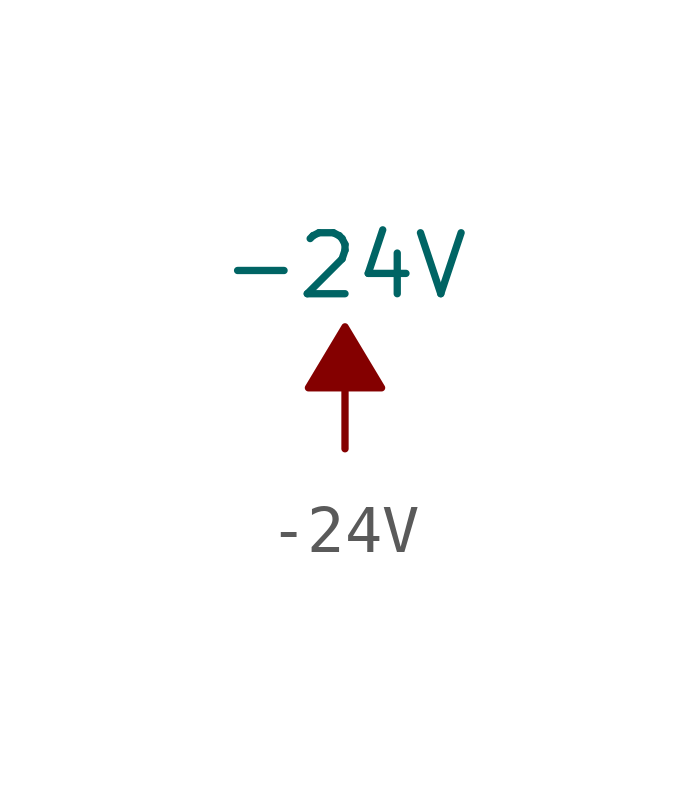
<source format=kicad_sym>
(kicad_symbol_lib
  (version 20211014)
  (generator kicad_symbol_editor)
  (symbol "-24V"
    (pin_names
      (offset 0))
    (property "Reference" "#PWR"
      (at 0 2.54 0)
      (effects (font (size 1.27 1.27)) hide))
    (property "Value" "-24V"
      (at 0 3.81 0)
      (effects (font (size 1.27 1.27))))
    (property "Footprint" ""
      (at 0 0 0)
      (effects (font (size 1.524 1.524))))
    (property "Datasheet" ""
      (at 0 0 0)
      (effects (font (size 1.524 1.524))))
    (symbol "-24V_0_0"
      (pin power_in line (at 0 0 90) (length 0) hide (name "-24V" (effects (font (size 0.508 0.508)))) (number "1" (effects (font (size 0.508 0.508))))))
    (symbol "-24V_0_1"
      (polyline (pts (xy 0 0) (xy 0 1.27) (xy 0.762 1.27) (xy 0 2.54) (xy -0.762 1.27) (xy 0 1.27)) (stroke (width 0) (type default) (color 0 0 0 0)) (fill (type outline))))))
</source>
